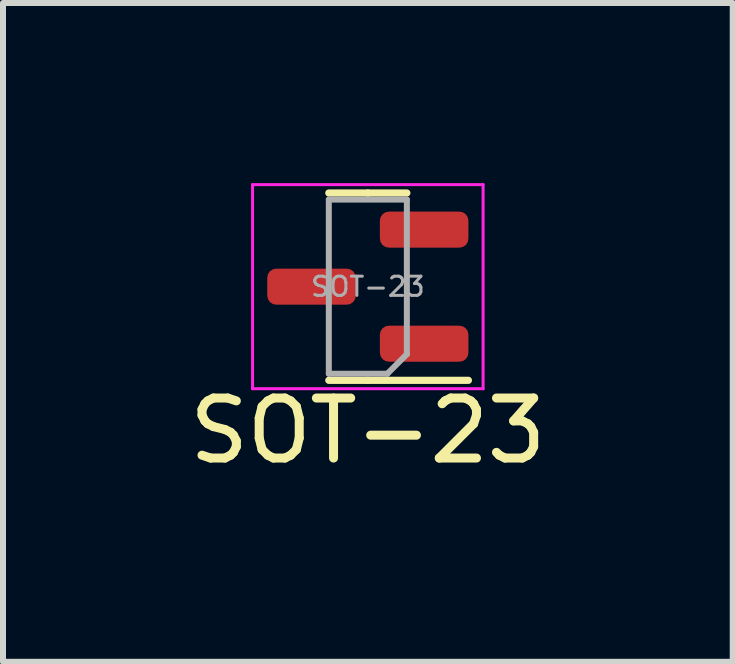
<source format=kicad_pcb>
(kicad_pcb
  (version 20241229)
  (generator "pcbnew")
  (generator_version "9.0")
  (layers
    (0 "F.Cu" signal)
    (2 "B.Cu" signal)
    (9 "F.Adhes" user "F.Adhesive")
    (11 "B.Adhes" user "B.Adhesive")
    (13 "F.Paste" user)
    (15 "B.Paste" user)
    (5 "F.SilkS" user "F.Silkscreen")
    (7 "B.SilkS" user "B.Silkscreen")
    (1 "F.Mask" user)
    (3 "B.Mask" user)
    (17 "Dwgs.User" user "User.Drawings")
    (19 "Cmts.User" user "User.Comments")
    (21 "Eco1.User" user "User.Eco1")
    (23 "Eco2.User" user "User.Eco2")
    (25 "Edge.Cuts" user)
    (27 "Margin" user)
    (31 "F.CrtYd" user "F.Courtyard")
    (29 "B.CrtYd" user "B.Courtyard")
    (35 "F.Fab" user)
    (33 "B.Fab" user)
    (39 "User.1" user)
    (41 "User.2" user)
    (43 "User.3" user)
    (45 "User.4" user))
  (footprint "SOT-23"
    (layer "F.Cu")
    (at 3.077 1.725)
    (property "Reference" "SOT-23" (at 0 2.4 180) (layer "F.SilkS") (effects (font (size 1 1) (thickness 0.15))))
    (attr smd)
    (fp_line (start 0 -1.56) (end -0.65 -1.56) (stroke (width 0.12) (type solid)) (layer "F.SilkS"))
    (fp_line (start 0 -1.56) (end 0.65 -1.56) (stroke (width 0.12) (type solid)) (layer "F.SilkS"))
    (fp_line (start 0 1.56) (end -0.65 1.56) (stroke (width 0.12) (type solid)) (layer "F.SilkS"))
    (fp_line (start 0 1.56) (end 1.675 1.56) (stroke (width 0.12) (type solid)) (layer "F.SilkS"))
    (fp_line (start -1.92 -1.7) (end -1.92 1.7) (stroke (width 0.05) (type solid)) (layer "F.CrtYd"))
    (fp_line (start -1.92 1.7) (end 1.92 1.7) (stroke (width 0.05) (type solid)) (layer "F.CrtYd"))
    (fp_line (start 1.92 -1.7) (end -1.92 -1.7) (stroke (width 0.05) (type solid)) (layer "F.CrtYd"))
    (fp_line (start 1.92 1.7) (end 1.92 -1.7) (stroke (width 0.05) (type solid)) (layer "F.CrtYd"))
    (fp_line (start -0.65 -1.45) (end 0.65 -1.45) (stroke (width 0.1) (type solid)) (layer "F.Fab"))
    (fp_line (start -0.65 1.45) (end -0.65 -1.45) (stroke (width 0.1) (type solid)) (layer "F.Fab"))
    (fp_line (start 0.325 1.45) (end -0.65 1.45) (stroke (width 0.1) (type solid)) (layer "F.Fab"))
    (fp_line (start 0.65 -1.45) (end 0.65 1.125) (stroke (width 0.1) (type solid)) (layer "F.Fab"))
    (fp_line (start 0.65 1.125) (end 0.325 1.45) (stroke (width 0.1) (type solid)) (layer "F.Fab"))
    (fp_text user "${REFERENCE}" (at 0 0 180) (layer "F.Fab") (effects (font (size 0.32 0.32) (thickness 0.05))))
    (pad "1" smd roundrect (at 0.938 0.95 180) (size 1.475 0.6) (layers "F.Cu" "F.Mask" "F.Paste") (roundrect_rratio 0.25))
    (pad "2" smd roundrect (at 0.938 -0.95 180) (size 1.475 0.6) (layers "F.Cu" "F.Mask" "F.Paste") (roundrect_rratio 0.25))
    (pad "3" smd roundrect (at -0.938 0 180) (size 1.475 0.6) (layers "F.Cu" "F.Mask" "F.Paste") (roundrect_rratio 0.25)))
  (gr_rect
    (start -3 -3)
    (end 9.155 7.973)
    (stroke (width 0.1) (type default))
    (fill no)
    (layer "Edge.Cuts")))
</source>
